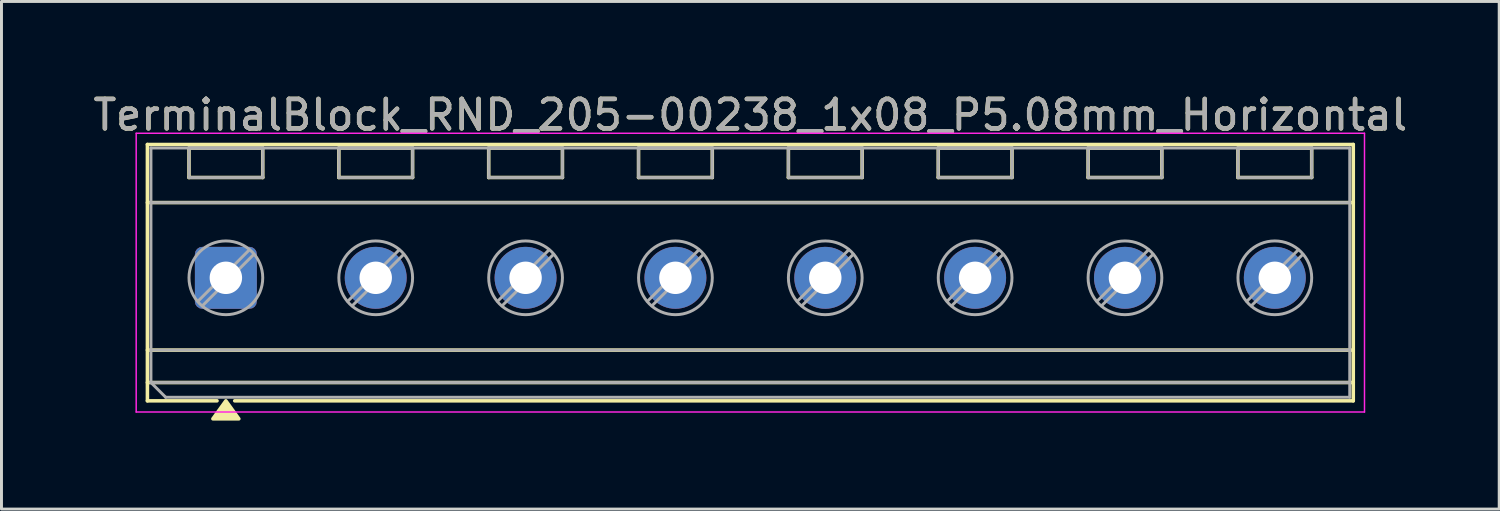
<source format=kicad_pcb>
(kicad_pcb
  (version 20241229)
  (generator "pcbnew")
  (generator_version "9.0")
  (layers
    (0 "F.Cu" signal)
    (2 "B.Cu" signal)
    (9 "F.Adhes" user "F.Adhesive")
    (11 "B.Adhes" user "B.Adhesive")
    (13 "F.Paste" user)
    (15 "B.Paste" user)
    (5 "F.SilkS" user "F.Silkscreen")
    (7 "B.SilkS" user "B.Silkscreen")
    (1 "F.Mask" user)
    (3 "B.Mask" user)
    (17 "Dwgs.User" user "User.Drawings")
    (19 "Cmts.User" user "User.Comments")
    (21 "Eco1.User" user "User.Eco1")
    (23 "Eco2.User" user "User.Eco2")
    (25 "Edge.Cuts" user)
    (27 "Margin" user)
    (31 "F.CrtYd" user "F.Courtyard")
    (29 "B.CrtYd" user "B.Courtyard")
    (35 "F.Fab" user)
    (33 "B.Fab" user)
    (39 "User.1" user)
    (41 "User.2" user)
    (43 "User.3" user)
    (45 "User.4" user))
  (footprint "TerminalBlock_RND_205-00238_1x08_P5.08mm_Horizontal"
    (layer "F.Cu")
    (at 4.607 6.368)
    (property "Reference" "TerminalBlock_RND_205-00238_1x08_P5.08mm_Horizontal" (at 17.78 -5.52 0) (layer "F.SilkS") (effects (font (size 1 1) (thickness 0.15))))
    (attr through_hole)
    (fp_line (start -2.66 -4.52) (end -2.66 4.17) (stroke (width 0.12) (type solid)) (layer "F.SilkS"))
    (fp_line (start -2.66 -4.52) (end 38.22 -4.52) (stroke (width 0.12) (type solid)) (layer "F.SilkS"))
    (fp_line (start -2.66 -2.55) (end 38.22 -2.55) (stroke (width 0.12) (type solid)) (layer "F.SilkS"))
    (fp_line (start -2.66 2.45) (end 38.22 2.45) (stroke (width 0.12) (type solid)) (layer "F.SilkS"))
    (fp_line (start -2.66 3.55) (end 38.22 3.55) (stroke (width 0.12) (type solid)) (layer "F.SilkS"))
    (fp_line (start -2.66 4.17) (end -0.3 4.17) (stroke (width 0.12) (type solid)) (layer "F.SilkS"))
    (fp_line (start -1.25 -4.4) (end -1.25 -3.4) (stroke (width 0.12) (type solid)) (layer "F.SilkS"))
    (fp_line (start -1.25 -4.4) (end 1.25 -4.4) (stroke (width 0.12) (type solid)) (layer "F.SilkS"))
    (fp_line (start -1.25 -3.4) (end 1.25 -3.4) (stroke (width 0.12) (type solid)) (layer "F.SilkS"))
    (fp_line (start 0.3 4.17) (end 38.22 4.17) (stroke (width 0.12) (type solid)) (layer "F.SilkS"))
    (fp_line (start 1.25 -4.4) (end 1.25 -3.4) (stroke (width 0.12) (type solid)) (layer "F.SilkS"))
    (fp_line (start 3.83 -4.4) (end 3.83 -3.4) (stroke (width 0.12) (type solid)) (layer "F.SilkS"))
    (fp_line (start 3.83 -4.4) (end 6.33 -4.4) (stroke (width 0.12) (type solid)) (layer "F.SilkS"))
    (fp_line (start 3.83 -3.4) (end 6.33 -3.4) (stroke (width 0.12) (type solid)) (layer "F.SilkS"))
    (fp_line (start 6.33 -4.4) (end 6.33 -3.4) (stroke (width 0.12) (type solid)) (layer "F.SilkS"))
    (fp_line (start 8.91 -4.4) (end 8.91 -3.4) (stroke (width 0.12) (type solid)) (layer "F.SilkS"))
    (fp_line (start 8.91 -4.4) (end 11.41 -4.4) (stroke (width 0.12) (type solid)) (layer "F.SilkS"))
    (fp_line (start 8.91 -3.4) (end 11.41 -3.4) (stroke (width 0.12) (type solid)) (layer "F.SilkS"))
    (fp_line (start 11.41 -4.4) (end 11.41 -3.4) (stroke (width 0.12) (type solid)) (layer "F.SilkS"))
    (fp_line (start 13.99 -4.4) (end 13.99 -3.4) (stroke (width 0.12) (type solid)) (layer "F.SilkS"))
    (fp_line (start 13.99 -4.4) (end 16.49 -4.4) (stroke (width 0.12) (type solid)) (layer "F.SilkS"))
    (fp_line (start 13.99 -3.4) (end 16.49 -3.4) (stroke (width 0.12) (type solid)) (layer "F.SilkS"))
    (fp_line (start 16.49 -4.4) (end 16.49 -3.4) (stroke (width 0.12) (type solid)) (layer "F.SilkS"))
    (fp_line (start 19.07 -4.4) (end 19.07 -3.4) (stroke (width 0.12) (type solid)) (layer "F.SilkS"))
    (fp_line (start 19.07 -4.4) (end 21.57 -4.4) (stroke (width 0.12) (type solid)) (layer "F.SilkS"))
    (fp_line (start 19.07 -3.4) (end 21.57 -3.4) (stroke (width 0.12) (type solid)) (layer "F.SilkS"))
    (fp_line (start 21.57 -4.4) (end 21.57 -3.4) (stroke (width 0.12) (type solid)) (layer "F.SilkS"))
    (fp_line (start 24.15 -4.4) (end 24.15 -3.4) (stroke (width 0.12) (type solid)) (layer "F.SilkS"))
    (fp_line (start 24.15 -4.4) (end 26.65 -4.4) (stroke (width 0.12) (type solid)) (layer "F.SilkS"))
    (fp_line (start 24.15 -3.4) (end 26.65 -3.4) (stroke (width 0.12) (type solid)) (layer "F.SilkS"))
    (fp_line (start 26.65 -4.4) (end 26.65 -3.4) (stroke (width 0.12) (type solid)) (layer "F.SilkS"))
    (fp_line (start 29.23 -4.4) (end 29.23 -3.4) (stroke (width 0.12) (type solid)) (layer "F.SilkS"))
    (fp_line (start 29.23 -4.4) (end 31.73 -4.4) (stroke (width 0.12) (type solid)) (layer "F.SilkS"))
    (fp_line (start 29.23 -3.4) (end 31.73 -3.4) (stroke (width 0.12) (type solid)) (layer "F.SilkS"))
    (fp_line (start 31.73 -4.4) (end 31.73 -3.4) (stroke (width 0.12) (type solid)) (layer "F.SilkS"))
    (fp_line (start 34.31 -4.4) (end 34.31 -3.4) (stroke (width 0.12) (type solid)) (layer "F.SilkS"))
    (fp_line (start 34.31 -4.4) (end 36.81 -4.4) (stroke (width 0.12) (type solid)) (layer "F.SilkS"))
    (fp_line (start 34.31 -3.4) (end 36.81 -3.4) (stroke (width 0.12) (type solid)) (layer "F.SilkS"))
    (fp_line (start 36.81 -4.4) (end 36.81 -3.4) (stroke (width 0.12) (type solid)) (layer "F.SilkS"))
    (fp_line (start 38.22 -4.52) (end 38.22 4.17) (stroke (width 0.12) (type solid)) (layer "F.SilkS"))
    (fp_poly (pts (xy 0 4.17) (xy 0.44 4.78) (xy -0.44 4.78)) (stroke (width 0.12) (type solid)) (fill yes) (layer "F.SilkS"))
    (fp_line (start -3.04 -4.9) (end -3.04 4.55) (stroke (width 0.05) (type solid)) (layer "F.CrtYd"))
    (fp_line (start -3.04 4.55) (end 38.6 4.55) (stroke (width 0.05) (type solid)) (layer "F.CrtYd"))
    (fp_line (start 38.6 -4.9) (end -3.04 -4.9) (stroke (width 0.05) (type solid)) (layer "F.CrtYd"))
    (fp_line (start 38.6 4.55) (end 38.6 -4.9) (stroke (width 0.05) (type solid)) (layer "F.CrtYd"))
    (fp_line (start -2.54 -4.4) (end 38.1 -4.4) (stroke (width 0.1) (type solid)) (layer "F.Fab"))
    (fp_line (start -2.54 -2.55) (end 38.1 -2.55) (stroke (width 0.1) (type solid)) (layer "F.Fab"))
    (fp_line (start -2.54 2.45) (end 38.1 2.45) (stroke (width 0.1) (type solid)) (layer "F.Fab"))
    (fp_line (start -2.54 3.55) (end -2.54 -4.4) (stroke (width 0.1) (type solid)) (layer "F.Fab"))
    (fp_line (start -2.54 3.55) (end 38.1 3.55) (stroke (width 0.1) (type solid)) (layer "F.Fab"))
    (fp_line (start -2.04 4.05) (end -2.54 3.55) (stroke (width 0.1) (type solid)) (layer "F.Fab"))
    (fp_line (start -1.25 -4.4) (end -1.25 -3.4) (stroke (width 0.1) (type solid)) (layer "F.Fab"))
    (fp_line (start -1.25 -3.4) (end 1.25 -3.4) (stroke (width 0.1) (type solid)) (layer "F.Fab"))
    (fp_line (start 0.795 -0.948) (end -0.948 0.795) (stroke (width 0.1) (type solid)) (layer "F.Fab"))
    (fp_line (start 0.948 -0.795) (end -0.795 0.948) (stroke (width 0.1) (type solid)) (layer "F.Fab"))
    (fp_line (start 1.25 -4.4) (end -1.25 -4.4) (stroke (width 0.1) (type solid)) (layer "F.Fab"))
    (fp_line (start 1.25 -3.4) (end 1.25 -4.4) (stroke (width 0.1) (type solid)) (layer "F.Fab"))
    (fp_line (start 3.83 -4.4) (end 3.83 -3.4) (stroke (width 0.1) (type solid)) (layer "F.Fab"))
    (fp_line (start 3.83 -3.4) (end 6.33 -3.4) (stroke (width 0.1) (type solid)) (layer "F.Fab"))
    (fp_line (start 5.875 -0.948) (end 4.132 0.795) (stroke (width 0.1) (type solid)) (layer "F.Fab"))
    (fp_line (start 6.028 -0.795) (end 4.285 0.948) (stroke (width 0.1) (type solid)) (layer "F.Fab"))
    (fp_line (start 6.33 -4.4) (end 3.83 -4.4) (stroke (width 0.1) (type solid)) (layer "F.Fab"))
    (fp_line (start 6.33 -3.4) (end 6.33 -4.4) (stroke (width 0.1) (type solid)) (layer "F.Fab"))
    (fp_line (start 8.91 -4.4) (end 8.91 -3.4) (stroke (width 0.1) (type solid)) (layer "F.Fab"))
    (fp_line (start 8.91 -3.4) (end 11.41 -3.4) (stroke (width 0.1) (type solid)) (layer "F.Fab"))
    (fp_line (start 10.955 -0.948) (end 9.212 0.795) (stroke (width 0.1) (type solid)) (layer "F.Fab"))
    (fp_line (start 11.108 -0.795) (end 9.365 0.948) (stroke (width 0.1) (type solid)) (layer "F.Fab"))
    (fp_line (start 11.41 -4.4) (end 8.91 -4.4) (stroke (width 0.1) (type solid)) (layer "F.Fab"))
    (fp_line (start 11.41 -3.4) (end 11.41 -4.4) (stroke (width 0.1) (type solid)) (layer "F.Fab"))
    (fp_line (start 13.99 -4.4) (end 13.99 -3.4) (stroke (width 0.1) (type solid)) (layer "F.Fab"))
    (fp_line (start 13.99 -3.4) (end 16.49 -3.4) (stroke (width 0.1) (type solid)) (layer "F.Fab"))
    (fp_line (start 16.035 -0.948) (end 14.292 0.795) (stroke (width 0.1) (type solid)) (layer "F.Fab"))
    (fp_line (start 16.188 -0.795) (end 14.445 0.948) (stroke (width 0.1) (type solid)) (layer "F.Fab"))
    (fp_line (start 16.49 -4.4) (end 13.99 -4.4) (stroke (width 0.1) (type solid)) (layer "F.Fab"))
    (fp_line (start 16.49 -3.4) (end 16.49 -4.4) (stroke (width 0.1) (type solid)) (layer "F.Fab"))
    (fp_line (start 19.07 -4.4) (end 19.07 -3.4) (stroke (width 0.1) (type solid)) (layer "F.Fab"))
    (fp_line (start 19.07 -3.4) (end 21.57 -3.4) (stroke (width 0.1) (type solid)) (layer "F.Fab"))
    (fp_line (start 21.115 -0.948) (end 19.372 0.795) (stroke (width 0.1) (type solid)) (layer "F.Fab"))
    (fp_line (start 21.268 -0.795) (end 19.525 0.948) (stroke (width 0.1) (type solid)) (layer "F.Fab"))
    (fp_line (start 21.57 -4.4) (end 19.07 -4.4) (stroke (width 0.1) (type solid)) (layer "F.Fab"))
    (fp_line (start 21.57 -3.4) (end 21.57 -4.4) (stroke (width 0.1) (type solid)) (layer "F.Fab"))
    (fp_line (start 24.15 -4.4) (end 24.15 -3.4) (stroke (width 0.1) (type solid)) (layer "F.Fab"))
    (fp_line (start 24.15 -3.4) (end 26.65 -3.4) (stroke (width 0.1) (type solid)) (layer "F.Fab"))
    (fp_line (start 26.195 -0.948) (end 24.452 0.795) (stroke (width 0.1) (type solid)) (layer "F.Fab"))
    (fp_line (start 26.348 -0.795) (end 24.605 0.948) (stroke (width 0.1) (type solid)) (layer "F.Fab"))
    (fp_line (start 26.65 -4.4) (end 24.15 -4.4) (stroke (width 0.1) (type solid)) (layer "F.Fab"))
    (fp_line (start 26.65 -3.4) (end 26.65 -4.4) (stroke (width 0.1) (type solid)) (layer "F.Fab"))
    (fp_line (start 29.23 -4.4) (end 29.23 -3.4) (stroke (width 0.1) (type solid)) (layer "F.Fab"))
    (fp_line (start 29.23 -3.4) (end 31.73 -3.4) (stroke (width 0.1) (type solid)) (layer "F.Fab"))
    (fp_line (start 31.275 -0.948) (end 29.532 0.795) (stroke (width 0.1) (type solid)) (layer "F.Fab"))
    (fp_line (start 31.428 -0.795) (end 29.685 0.948) (stroke (width 0.1) (type solid)) (layer "F.Fab"))
    (fp_line (start 31.73 -4.4) (end 29.23 -4.4) (stroke (width 0.1) (type solid)) (layer "F.Fab"))
    (fp_line (start 31.73 -3.4) (end 31.73 -4.4) (stroke (width 0.1) (type solid)) (layer "F.Fab"))
    (fp_line (start 34.31 -4.4) (end 34.31 -3.4) (stroke (width 0.1) (type solid)) (layer "F.Fab"))
    (fp_line (start 34.31 -3.4) (end 36.81 -3.4) (stroke (width 0.1) (type solid)) (layer "F.Fab"))
    (fp_line (start 36.355 -0.948) (end 34.612 0.795) (stroke (width 0.1) (type solid)) (layer "F.Fab"))
    (fp_line (start 36.508 -0.795) (end 34.765 0.948) (stroke (width 0.1) (type solid)) (layer "F.Fab"))
    (fp_line (start 36.81 -4.4) (end 34.31 -4.4) (stroke (width 0.1) (type solid)) (layer "F.Fab"))
    (fp_line (start 36.81 -3.4) (end 36.81 -4.4) (stroke (width 0.1) (type solid)) (layer "F.Fab"))
    (fp_line (start 38.1 -4.4) (end 38.1 4.05) (stroke (width 0.1) (type solid)) (layer "F.Fab"))
    (fp_line (start 38.1 4.05) (end -2.04 4.05) (stroke (width 0.1) (type solid)) (layer "F.Fab"))
    (fp_circle (center 0 0) (end 1.25 0) (stroke (width 0.1) (type solid)) (fill no) (layer "F.Fab"))
    (fp_circle (center 5.08 0) (end 6.33 0) (stroke (width 0.1) (type solid)) (fill no) (layer "F.Fab"))
    (fp_circle (center 10.16 0) (end 11.41 0) (stroke (width 0.1) (type solid)) (fill no) (layer "F.Fab"))
    (fp_circle (center 15.24 0) (end 16.49 0) (stroke (width 0.1) (type solid)) (fill no) (layer "F.Fab"))
    (fp_circle (center 20.32 0) (end 21.57 0) (stroke (width 0.1) (type solid)) (fill no) (layer "F.Fab"))
    (fp_circle (center 25.4 0) (end 26.65 0) (stroke (width 0.1) (type solid)) (fill no) (layer "F.Fab"))
    (fp_circle (center 30.48 0) (end 31.73 0) (stroke (width 0.1) (type solid)) (fill no) (layer "F.Fab"))
    (fp_circle (center 35.56 0) (end 36.81 0) (stroke (width 0.1) (type solid)) (fill no) (layer "F.Fab"))
    (fp_text user "${REFERENCE}" (at 17.78 -5.52 0) (layer "F.Fab") (effects (font (size 1 1) (thickness 0.15))))
    (pad "1" thru_hole roundrect (at 0 0) (size 2.1 2.1) (drill 1.1) (layers "*.Cu" "*.Mask") (roundrect_rratio 0.119))
    (pad "2" thru_hole circle (at 5.08 0) (size 2.1 2.1) (drill 1.1) (layers "*.Cu" "*.Mask"))
    (pad "3" thru_hole circle (at 10.16 0) (size 2.1 2.1) (drill 1.1) (layers "*.Cu" "*.Mask"))
    (pad "4" thru_hole circle (at 15.24 0) (size 2.1 2.1) (drill 1.1) (layers "*.Cu" "*.Mask"))
    (pad "5" thru_hole circle (at 20.32 0) (size 2.1 2.1) (drill 1.1) (layers "*.Cu" "*.Mask"))
    (pad "6" thru_hole circle (at 25.4 0) (size 2.1 2.1) (drill 1.1) (layers "*.Cu" "*.Mask"))
    (pad "7" thru_hole circle (at 30.48 0) (size 2.1 2.1) (drill 1.1) (layers "*.Cu" "*.Mask"))
    (pad "8" thru_hole circle (at 35.56 0) (size 2.1 2.1) (drill 1.1) (layers "*.Cu" "*.Mask")))
  (gr_rect
    (start -3 -3)
    (end 47.774 14.208)
    (stroke (width 0.1) (type default))
    (fill no)
    (layer "Edge.Cuts")))
</source>
